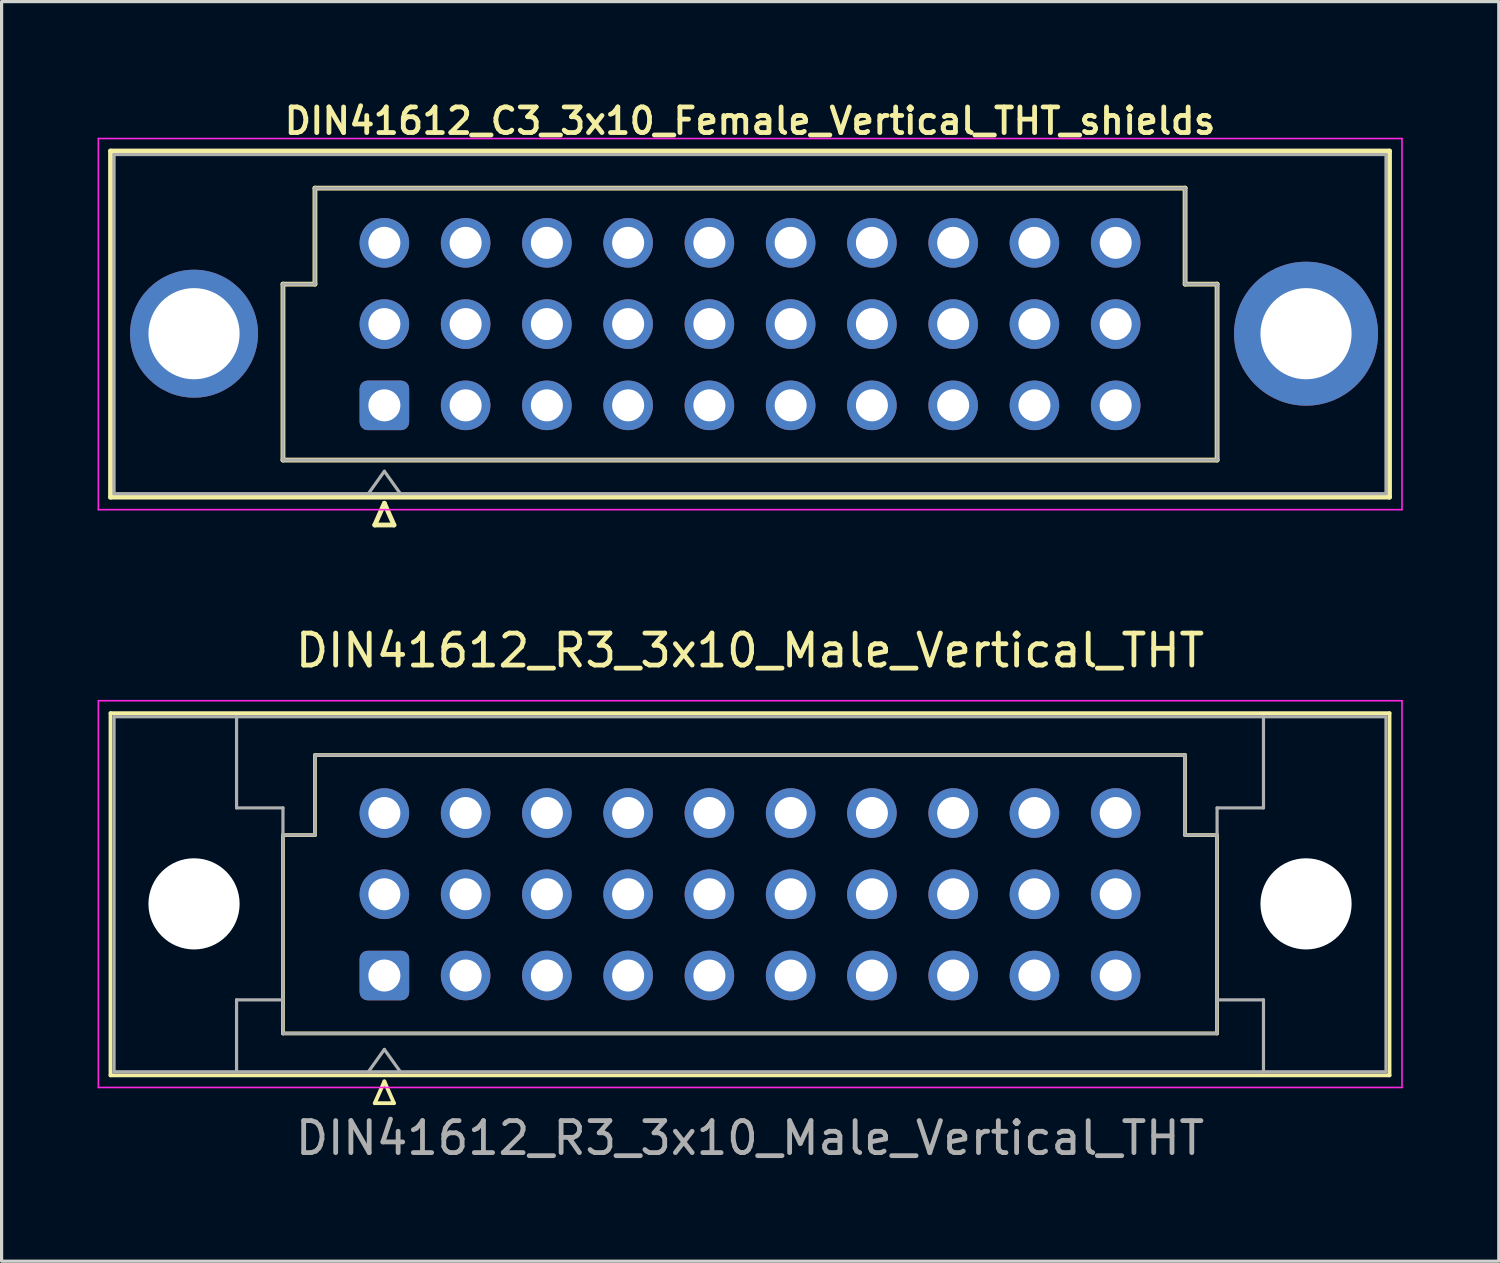
<source format=kicad_pcb>
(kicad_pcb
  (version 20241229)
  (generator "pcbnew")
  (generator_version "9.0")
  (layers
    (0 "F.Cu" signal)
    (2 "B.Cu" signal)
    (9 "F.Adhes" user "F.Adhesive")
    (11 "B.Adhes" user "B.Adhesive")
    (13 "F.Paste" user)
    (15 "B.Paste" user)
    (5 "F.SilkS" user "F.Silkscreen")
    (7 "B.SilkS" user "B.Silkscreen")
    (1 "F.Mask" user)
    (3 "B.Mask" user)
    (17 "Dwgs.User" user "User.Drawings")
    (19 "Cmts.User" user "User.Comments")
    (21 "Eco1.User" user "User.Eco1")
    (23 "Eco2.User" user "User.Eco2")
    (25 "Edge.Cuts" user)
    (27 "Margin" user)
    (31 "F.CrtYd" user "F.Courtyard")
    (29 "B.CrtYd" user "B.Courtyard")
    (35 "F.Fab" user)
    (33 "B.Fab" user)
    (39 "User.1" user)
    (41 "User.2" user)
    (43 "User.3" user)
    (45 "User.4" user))
  (footprint "DIN41612_C3_3x10_Female_Vertical_THT_shields"
    (layer "F.Cu")
    (at 20.395 7.081)
    (property "Reference" "DIN41612_C3_3x10_Female_Vertical_THT_shields" (at 0 -6.35 0) (layer "F.SilkS") (effects (font (size 0.8 0.8) (thickness 0.15))))
    (attr through_hole)
    (fp_line (start -19.99 -5.41) (end 19.99 -5.41) (stroke (width 0.15) (type solid)) (layer "F.SilkS"))
    (fp_line (start -19.99 5.41) (end -19.99 -5.41) (stroke (width 0.15) (type solid)) (layer "F.SilkS"))
    (fp_line (start -14.6 -1.25) (end -13.6 -1.25) (stroke (width 0.15) (type solid)) (layer "F.SilkS"))
    (fp_line (start -14.6 4.25) (end -14.6 -1.25) (stroke (width 0.15) (type solid)) (layer "F.SilkS"))
    (fp_line (start -13.6 -4.25) (end 13.6 -4.25) (stroke (width 0.15) (type solid)) (layer "F.SilkS"))
    (fp_line (start -13.6 -1.25) (end -13.6 -4.25) (stroke (width 0.15) (type solid)) (layer "F.SilkS"))
    (fp_line (start -11.73 6.28) (end -11.13 6.28) (stroke (width 0.15) (type solid)) (layer "F.SilkS"))
    (fp_line (start -11.43 5.6) (end -11.73 6.28) (stroke (width 0.15) (type solid)) (layer "F.SilkS"))
    (fp_line (start -11.13 6.28) (end -11.43 5.6) (stroke (width 0.15) (type solid)) (layer "F.SilkS"))
    (fp_line (start 13.6 -4.25) (end 13.6 -1.25) (stroke (width 0.15) (type solid)) (layer "F.SilkS"))
    (fp_line (start 13.6 -1.25) (end 14.6 -1.25) (stroke (width 0.15) (type solid)) (layer "F.SilkS"))
    (fp_line (start 14.6 -1.25) (end 14.6 4.25) (stroke (width 0.15) (type solid)) (layer "F.SilkS"))
    (fp_line (start 14.6 4.25) (end -14.6 4.25) (stroke (width 0.15) (type solid)) (layer "F.SilkS"))
    (fp_line (start 19.99 -5.41) (end 19.99 5.41) (stroke (width 0.15) (type solid)) (layer "F.SilkS"))
    (fp_line (start 19.99 5.41) (end -19.99 5.41) (stroke (width 0.15) (type solid)) (layer "F.SilkS"))
    (fp_line (start -20.37 -5.8) (end 20.38 -5.8) (stroke (width 0.05) (type solid)) (layer "F.CrtYd"))
    (fp_line (start -20.37 5.8) (end -20.37 -5.8) (stroke (width 0.05) (type solid)) (layer "F.CrtYd"))
    (fp_line (start 20.38 -5.8) (end 20.38 5.8) (stroke (width 0.05) (type solid)) (layer "F.CrtYd"))
    (fp_line (start 20.38 5.8) (end -20.37 5.8) (stroke (width 0.05) (type solid)) (layer "F.CrtYd"))
    (fp_line (start -19.88 -5.3) (end 19.88 -5.3) (stroke (width 0.1) (type solid)) (layer "F.Fab"))
    (fp_line (start -19.88 5.3) (end -19.88 -5.3) (stroke (width 0.1) (type solid)) (layer "F.Fab"))
    (fp_line (start -14.6 -1.25) (end -13.6 -1.25) (stroke (width 0.1) (type solid)) (layer "F.Fab"))
    (fp_line (start -14.6 4.25) (end -14.6 -1.25) (stroke (width 0.1) (type solid)) (layer "F.Fab"))
    (fp_line (start -13.6 -4.25) (end 13.6 -4.25) (stroke (width 0.1) (type solid)) (layer "F.Fab"))
    (fp_line (start -13.6 -1.25) (end -13.6 -4.25) (stroke (width 0.1) (type solid)) (layer "F.Fab"))
    (fp_line (start -11.93 5.3) (end -11.43 4.6) (stroke (width 0.1) (type solid)) (layer "F.Fab"))
    (fp_line (start -11.43 4.6) (end -10.93 5.3) (stroke (width 0.1) (type solid)) (layer "F.Fab"))
    (fp_line (start 13.6 -4.25) (end 13.6 -1.25) (stroke (width 0.1) (type solid)) (layer "F.Fab"))
    (fp_line (start 13.6 -1.25) (end 14.6 -1.25) (stroke (width 0.1) (type solid)) (layer "F.Fab"))
    (fp_line (start 14.6 -1.25) (end 14.6 4.25) (stroke (width 0.1) (type solid)) (layer "F.Fab"))
    (fp_line (start 14.6 4.25) (end -14.6 4.25) (stroke (width 0.1) (type solid)) (layer "F.Fab"))
    (fp_line (start 19.88 -5.3) (end 19.88 5.3) (stroke (width 0.1) (type solid)) (layer "F.Fab"))
    (fp_line (start 19.88 5.3) (end -19.88 5.3) (stroke (width 0.1) (type solid)) (layer "F.Fab"))
    (pad "a1" thru_hole roundrect (at -11.43 2.54 90) (size 1.55 1.55) (drill 1) (layers "*.Cu" "*.Mask") (roundrect_rratio 0.161))
    (pad "a2" thru_hole circle (at -8.89 2.54 90) (size 1.55 1.55) (drill 1) (layers "*.Cu" "*.Mask"))
    (pad "a3" thru_hole circle (at -6.35 2.54 90) (size 1.55 1.55) (drill 1) (layers "*.Cu" "*.Mask"))
    (pad "a4" thru_hole circle (at -3.81 2.54 90) (size 1.55 1.55) (drill 1) (layers "*.Cu" "*.Mask"))
    (pad "a5" thru_hole circle (at -1.27 2.54 90) (size 1.55 1.55) (drill 1) (layers "*.Cu" "*.Mask"))
    (pad "a6" thru_hole circle (at 1.27 2.54 90) (size 1.55 1.55) (drill 1) (layers "*.Cu" "*.Mask"))
    (pad "a7" thru_hole circle (at 3.81 2.54 90) (size 1.55 1.55) (drill 1) (layers "*.Cu" "*.Mask"))
    (pad "a8" thru_hole circle (at 6.35 2.54 90) (size 1.55 1.55) (drill 1) (layers "*.Cu" "*.Mask"))
    (pad "a9" thru_hole circle (at 8.89 2.54 90) (size 1.55 1.55) (drill 1) (layers "*.Cu" "*.Mask"))
    (pad "a10" thru_hole circle (at 11.43 2.54 90) (size 1.55 1.55) (drill 1) (layers "*.Cu" "*.Mask"))
    (pad "b1" thru_hole circle (at -11.43 0 90) (size 1.55 1.55) (drill 1) (layers "*.Cu" "*.Mask"))
    (pad "b2" thru_hole circle (at -8.89 0 90) (size 1.55 1.55) (drill 1) (layers "*.Cu" "*.Mask"))
    (pad "b3" thru_hole circle (at -6.35 0 90) (size 1.55 1.55) (drill 1) (layers "*.Cu" "*.Mask"))
    (pad "b4" thru_hole circle (at -3.81 0 90) (size 1.55 1.55) (drill 1) (layers "*.Cu" "*.Mask"))
    (pad "b5" thru_hole circle (at -1.27 0 90) (size 1.55 1.55) (drill 1) (layers "*.Cu" "*.Mask"))
    (pad "b6" thru_hole circle (at 1.27 0 90) (size 1.55 1.55) (drill 1) (layers "*.Cu" "*.Mask"))
    (pad "b7" thru_hole circle (at 3.81 0 90) (size 1.55 1.55) (drill 1) (layers "*.Cu" "*.Mask"))
    (pad "b8" thru_hole circle (at 6.35 0 90) (size 1.55 1.55) (drill 1) (layers "*.Cu" "*.Mask"))
    (pad "b9" thru_hole circle (at 8.89 0 90) (size 1.55 1.55) (drill 1) (layers "*.Cu" "*.Mask"))
    (pad "b10" thru_hole circle (at 11.43 0 90) (size 1.55 1.55) (drill 1) (layers "*.Cu" "*.Mask"))
    (pad "c1" thru_hole circle (at -11.43 -2.54 90) (size 1.55 1.55) (drill 1) (layers "*.Cu" "*.Mask"))
    (pad "c2" thru_hole circle (at -8.89 -2.54 90) (size 1.55 1.55) (drill 1) (layers "*.Cu" "*.Mask"))
    (pad "c3" thru_hole circle (at -6.35 -2.54 90) (size 1.55 1.55) (drill 1) (layers "*.Cu" "*.Mask"))
    (pad "c4" thru_hole circle (at -3.81 -2.54 90) (size 1.55 1.55) (drill 1) (layers "*.Cu" "*.Mask"))
    (pad "c5" thru_hole circle (at -1.27 -2.54 90) (size 1.55 1.55) (drill 1) (layers "*.Cu" "*.Mask"))
    (pad "c6" thru_hole circle (at 1.27 -2.54 90) (size 1.55 1.55) (drill 1) (layers "*.Cu" "*.Mask"))
    (pad "c7" thru_hole circle (at 3.81 -2.54 90) (size 1.55 1.55) (drill 1) (layers "*.Cu" "*.Mask"))
    (pad "c8" thru_hole circle (at 6.35 -2.54 90) (size 1.55 1.55) (drill 1) (layers "*.Cu" "*.Mask"))
    (pad "c9" thru_hole circle (at 8.89 -2.54 90) (size 1.55 1.55) (drill 1) (layers "*.Cu" "*.Mask"))
    (pad "c10" thru_hole circle (at 11.43 -2.54 90) (size 1.55 1.55) (drill 1) (layers "*.Cu" "*.Mask"))
    (pad "s" thru_hole circle (at -17.38 0.3 90) (size 4 4) (drill 2.85) (layers "*.Cu" "*.Mask"))
    (pad "s" thru_hole circle (at 17.38 0.3 90) (size 4.5 4.5) (drill 2.85) (layers "*.Cu" "*.Mask")))
  (footprint "DIN41612_R3_3x10_Male_Vertical_THT"
    (layer "F.Cu")
    (at 20.395 24.904)
    (property "Reference" "DIN41612_R3_3x10_Male_Vertical_THT" (at 0 -7.62 180) (layer "F.SilkS") (effects (font (size 1 1) (thickness 0.15))))
    (attr through_hole)
    (fp_line (start -19.99 -5.66) (end 19.99 -5.66) (stroke (width 0.12) (type solid)) (layer "F.SilkS"))
    (fp_line (start -19.99 5.66) (end -19.99 -5.66) (stroke (width 0.12) (type solid)) (layer "F.SilkS"))
    (fp_line (start -14.6 -1.85) (end -13.6 -1.85) (stroke (width 0.12) (type solid)) (layer "F.SilkS"))
    (fp_line (start -14.6 4.35) (end -14.6 -1.85) (stroke (width 0.12) (type solid)) (layer "F.SilkS"))
    (fp_line (start -13.6 -4.35) (end 13.6 -4.35) (stroke (width 0.12) (type solid)) (layer "F.SilkS"))
    (fp_line (start -13.6 -1.85) (end -13.6 -4.35) (stroke (width 0.12) (type solid)) (layer "F.SilkS"))
    (fp_line (start -11.73 6.53) (end -11.13 6.53) (stroke (width 0.12) (type solid)) (layer "F.SilkS"))
    (fp_line (start -11.43 5.85) (end -11.73 6.53) (stroke (width 0.12) (type solid)) (layer "F.SilkS"))
    (fp_line (start -11.13 6.53) (end -11.43 5.85) (stroke (width 0.12) (type solid)) (layer "F.SilkS"))
    (fp_line (start 13.6 -4.35) (end 13.6 -1.85) (stroke (width 0.12) (type solid)) (layer "F.SilkS"))
    (fp_line (start 13.6 -1.85) (end 14.6 -1.85) (stroke (width 0.12) (type solid)) (layer "F.SilkS"))
    (fp_line (start 14.6 -1.85) (end 14.6 4.35) (stroke (width 0.12) (type solid)) (layer "F.SilkS"))
    (fp_line (start 14.6 4.35) (end -14.6 4.35) (stroke (width 0.12) (type solid)) (layer "F.SilkS"))
    (fp_line (start 19.99 -5.66) (end 19.99 5.66) (stroke (width 0.12) (type solid)) (layer "F.SilkS"))
    (fp_line (start 19.99 5.66) (end -19.99 5.66) (stroke (width 0.12) (type solid)) (layer "F.SilkS"))
    (fp_line (start -20.37 -6.05) (end 20.38 -6.05) (stroke (width 0.05) (type solid)) (layer "F.CrtYd"))
    (fp_line (start -20.37 6.04) (end -20.37 -6.05) (stroke (width 0.05) (type solid)) (layer "F.CrtYd"))
    (fp_line (start 20.38 -6.05) (end 20.38 6.04) (stroke (width 0.05) (type solid)) (layer "F.CrtYd"))
    (fp_line (start 20.38 6.04) (end -20.37 6.04) (stroke (width 0.05) (type solid)) (layer "F.CrtYd"))
    (fp_line (start -19.88 -5.55) (end 19.88 -5.55) (stroke (width 0.1) (type solid)) (layer "F.Fab"))
    (fp_line (start -19.88 5.55) (end -19.88 -5.55) (stroke (width 0.1) (type solid)) (layer "F.Fab"))
    (fp_line (start -16.05 -2.7) (end -16.05 -5.55) (stroke (width 0.1) (type solid)) (layer "F.Fab"))
    (fp_line (start -16.05 3.3) (end -14.6 3.3) (stroke (width 0.1) (type solid)) (layer "F.Fab"))
    (fp_line (start -16.05 5.55) (end -16.05 3.3) (stroke (width 0.1) (type solid)) (layer "F.Fab"))
    (fp_line (start -14.6 -2.7) (end -16.05 -2.7) (stroke (width 0.1) (type solid)) (layer "F.Fab"))
    (fp_line (start -14.6 -1.85) (end -14.6 -2.7) (stroke (width 0.1) (type solid)) (layer "F.Fab"))
    (fp_line (start -14.6 -1.85) (end -13.6 -1.85) (stroke (width 0.1) (type solid)) (layer "F.Fab"))
    (fp_line (start -14.6 4.35) (end -14.6 -1.85) (stroke (width 0.1) (type solid)) (layer "F.Fab"))
    (fp_line (start -13.6 -4.35) (end 13.6 -4.35) (stroke (width 0.1) (type solid)) (layer "F.Fab"))
    (fp_line (start -13.6 -1.85) (end -13.6 -4.35) (stroke (width 0.1) (type solid)) (layer "F.Fab"))
    (fp_line (start -11.93 5.55) (end -11.43 4.85) (stroke (width 0.1) (type solid)) (layer "F.Fab"))
    (fp_line (start -11.43 4.85) (end -10.93 5.55) (stroke (width 0.1) (type solid)) (layer "F.Fab"))
    (fp_line (start 13.6 -4.35) (end 13.6 -1.85) (stroke (width 0.1) (type solid)) (layer "F.Fab"))
    (fp_line (start 13.6 -1.85) (end 14.6 -1.85) (stroke (width 0.1) (type solid)) (layer "F.Fab"))
    (fp_line (start 14.6 -2.7) (end 16.05 -2.7) (stroke (width 0.1) (type solid)) (layer "F.Fab"))
    (fp_line (start 14.6 -1.85) (end 14.6 -2.7) (stroke (width 0.1) (type solid)) (layer "F.Fab"))
    (fp_line (start 14.6 -1.85) (end 14.6 4.35) (stroke (width 0.1) (type solid)) (layer "F.Fab"))
    (fp_line (start 14.6 4.35) (end -14.6 4.35) (stroke (width 0.1) (type solid)) (layer "F.Fab"))
    (fp_line (start 16.05 -2.7) (end 16.05 -5.55) (stroke (width 0.1) (type solid)) (layer "F.Fab"))
    (fp_line (start 16.05 3.3) (end 14.6 3.3) (stroke (width 0.1) (type solid)) (layer "F.Fab"))
    (fp_line (start 16.05 5.55) (end 16.05 3.3) (stroke (width 0.1) (type solid)) (layer "F.Fab"))
    (fp_line (start 19.88 -5.55) (end 19.88 5.55) (stroke (width 0.1) (type solid)) (layer "F.Fab"))
    (fp_line (start 19.88 5.55) (end -19.88 5.55) (stroke (width 0.1) (type solid)) (layer "F.Fab"))
    (fp_text user "${REFERENCE}" (at 0 7.62 180) (layer "F.Fab") (effects (font (size 1 1) (thickness 0.15))))
    (pad "" np_thru_hole circle (at -17.38 0.3 90) (size 2.85 2.85) (drill 2.85) (layers "*.Cu" "*.Mask"))
    (pad "" np_thru_hole circle (at 17.38 0.3 90) (size 2.85 2.85) (drill 2.85) (layers "*.Cu" "*.Mask"))
    (pad "a1" thru_hole roundrect (at -11.43 2.54 90) (size 1.55 1.55) (drill 1) (layers "*.Cu" "*.Mask") (roundrect_rratio 0.161))
    (pad "a2" thru_hole circle (at -8.89 2.54 90) (size 1.55 1.55) (drill 1) (layers "*.Cu" "*.Mask"))
    (pad "a3" thru_hole circle (at -6.35 2.54 90) (size 1.55 1.55) (drill 1) (layers "*.Cu" "*.Mask"))
    (pad "a4" thru_hole circle (at -3.81 2.54 90) (size 1.55 1.55) (drill 1) (layers "*.Cu" "*.Mask"))
    (pad "a5" thru_hole circle (at -1.27 2.54 90) (size 1.55 1.55) (drill 1) (layers "*.Cu" "*.Mask"))
    (pad "a6" thru_hole circle (at 1.27 2.54 90) (size 1.55 1.55) (drill 1) (layers "*.Cu" "*.Mask"))
    (pad "a7" thru_hole circle (at 3.81 2.54 90) (size 1.55 1.55) (drill 1) (layers "*.Cu" "*.Mask"))
    (pad "a8" thru_hole circle (at 6.35 2.54 90) (size 1.55 1.55) (drill 1) (layers "*.Cu" "*.Mask"))
    (pad "a9" thru_hole circle (at 8.89 2.54 90) (size 1.55 1.55) (drill 1) (layers "*.Cu" "*.Mask"))
    (pad "a10" thru_hole circle (at 11.43 2.54 90) (size 1.55 1.55) (drill 1) (layers "*.Cu" "*.Mask"))
    (pad "b1" thru_hole circle (at -11.43 0 90) (size 1.55 1.55) (drill 1) (layers "*.Cu" "*.Mask"))
    (pad "b2" thru_hole circle (at -8.89 0 90) (size 1.55 1.55) (drill 1) (layers "*.Cu" "*.Mask"))
    (pad "b3" thru_hole circle (at -6.35 0 90) (size 1.55 1.55) (drill 1) (layers "*.Cu" "*.Mask"))
    (pad "b4" thru_hole circle (at -3.81 0 90) (size 1.55 1.55) (drill 1) (layers "*.Cu" "*.Mask"))
    (pad "b5" thru_hole circle (at -1.27 0 90) (size 1.55 1.55) (drill 1) (layers "*.Cu" "*.Mask"))
    (pad "b6" thru_hole circle (at 1.27 0 90) (size 1.55 1.55) (drill 1) (layers "*.Cu" "*.Mask"))
    (pad "b7" thru_hole circle (at 3.81 0 90) (size 1.55 1.55) (drill 1) (layers "*.Cu" "*.Mask"))
    (pad "b8" thru_hole circle (at 6.35 0 90) (size 1.55 1.55) (drill 1) (layers "*.Cu" "*.Mask"))
    (pad "b9" thru_hole circle (at 8.89 0 90) (size 1.55 1.55) (drill 1) (layers "*.Cu" "*.Mask"))
    (pad "b10" thru_hole circle (at 11.43 0 90) (size 1.55 1.55) (drill 1) (layers "*.Cu" "*.Mask"))
    (pad "c1" thru_hole circle (at -11.43 -2.54 90) (size 1.55 1.55) (drill 1) (layers "*.Cu" "*.Mask"))
    (pad "c2" thru_hole circle (at -8.89 -2.54 90) (size 1.55 1.55) (drill 1) (layers "*.Cu" "*.Mask"))
    (pad "c3" thru_hole circle (at -6.35 -2.54 90) (size 1.55 1.55) (drill 1) (layers "*.Cu" "*.Mask"))
    (pad "c4" thru_hole circle (at -3.81 -2.54 90) (size 1.55 1.55) (drill 1) (layers "*.Cu" "*.Mask"))
    (pad "c5" thru_hole circle (at -1.27 -2.54 90) (size 1.55 1.55) (drill 1) (layers "*.Cu" "*.Mask"))
    (pad "c6" thru_hole circle (at 1.27 -2.54 90) (size 1.55 1.55) (drill 1) (layers "*.Cu" "*.Mask"))
    (pad "c7" thru_hole circle (at 3.81 -2.54 90) (size 1.55 1.55) (drill 1) (layers "*.Cu" "*.Mask"))
    (pad "c8" thru_hole circle (at 6.35 -2.54 90) (size 1.55 1.55) (drill 1) (layers "*.Cu" "*.Mask"))
    (pad "c9" thru_hole circle (at 8.89 -2.54 90) (size 1.55 1.55) (drill 1) (layers "*.Cu" "*.Mask"))
    (pad "c10" thru_hole circle (at 11.43 -2.54 90) (size 1.55 1.55) (drill 1) (layers "*.Cu" "*.Mask")))
  (gr_rect
    (start -3 -3)
    (end 43.8 36.373)
    (stroke (width 0.1) (type default))
    (fill no)
    (layer "Edge.Cuts")))
</source>
